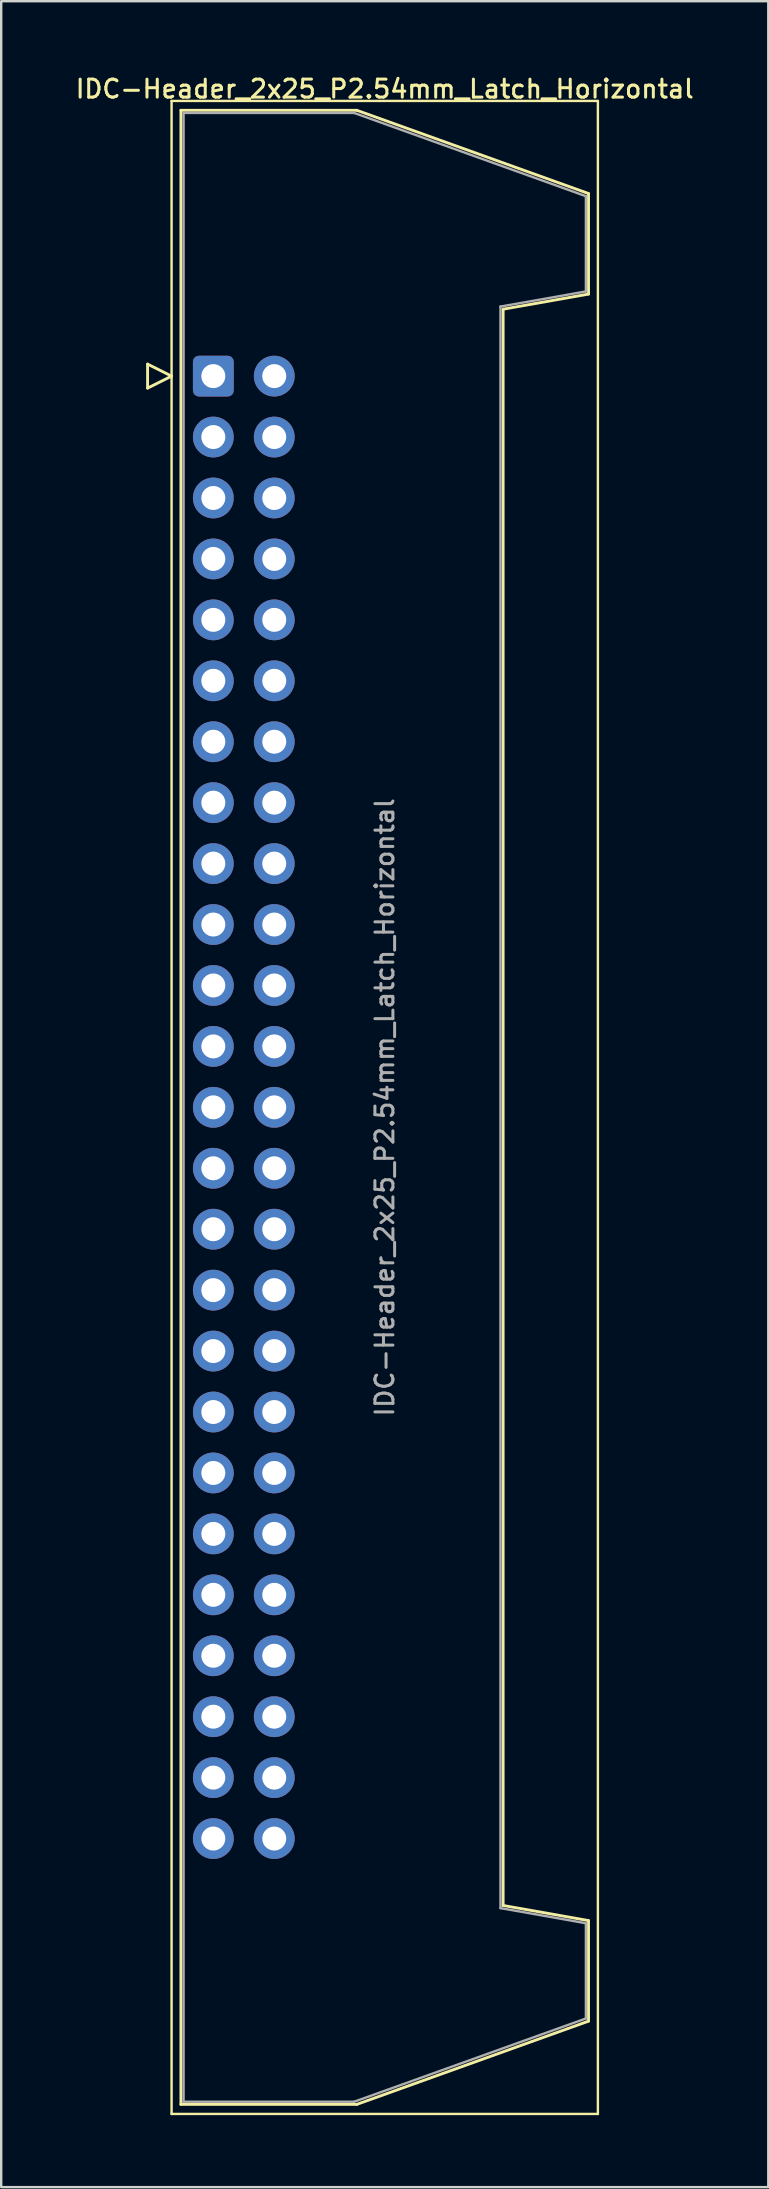
<source format=kicad_pcb>
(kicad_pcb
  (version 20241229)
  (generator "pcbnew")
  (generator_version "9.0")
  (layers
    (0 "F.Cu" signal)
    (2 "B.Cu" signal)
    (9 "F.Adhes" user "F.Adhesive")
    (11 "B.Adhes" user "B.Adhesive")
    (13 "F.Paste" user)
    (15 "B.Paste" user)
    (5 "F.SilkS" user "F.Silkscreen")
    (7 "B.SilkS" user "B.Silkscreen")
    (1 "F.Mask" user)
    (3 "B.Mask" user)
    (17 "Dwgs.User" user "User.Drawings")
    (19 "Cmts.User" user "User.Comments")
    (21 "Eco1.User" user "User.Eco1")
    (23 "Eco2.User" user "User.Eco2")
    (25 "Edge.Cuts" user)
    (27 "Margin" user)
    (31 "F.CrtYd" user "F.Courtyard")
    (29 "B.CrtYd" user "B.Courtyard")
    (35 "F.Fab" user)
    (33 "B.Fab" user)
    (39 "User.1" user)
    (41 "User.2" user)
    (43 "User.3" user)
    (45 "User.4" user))
  (footprint "IDC-Header_2x25_P2.54mm_Latch_Horizontal"
    (layer "F.Cu")
    (at 5.842 12.628)
    (property "Reference" "IDC-Header_2x25_P2.54mm_Latch_Horizontal" (at 7.145 -11.97 0) (layer "F.SilkS") (effects (font (size 0.75 0.75) (thickness 0.125))))
    (attr through_hole)
    (fp_line (start -2.74 -0.5) (end -2.74 0.5) (stroke (width 0.12) (type solid)) (layer "F.SilkS"))
    (fp_line (start -2.74 0.5) (end -1.74 0) (stroke (width 0.12) (type solid)) (layer "F.SilkS"))
    (fp_line (start -1.74 -11.47) (end -1.74 72.44) (stroke (width 0.1) (type solid)) (layer "F.SilkS"))
    (fp_line (start -1.74 0) (end -2.74 -0.5) (stroke (width 0.12) (type solid)) (layer "F.SilkS"))
    (fp_line (start -1.74 72.44) (end 16.03 72.44) (stroke (width 0.1) (type solid)) (layer "F.SilkS"))
    (fp_line (start -1.35 -11.08) (end 5.98 -11.08) (stroke (width 0.12) (type solid)) (layer "F.SilkS"))
    (fp_line (start -1.35 72.04) (end -1.35 -11.08) (stroke (width 0.12) (type solid)) (layer "F.SilkS"))
    (fp_line (start 5.98 -11.08) (end 15.64 -7.61) (stroke (width 0.12) (type solid)) (layer "F.SilkS"))
    (fp_line (start 5.98 72.04) (end -1.35 72.04) (stroke (width 0.12) (type solid)) (layer "F.SilkS"))
    (fp_line (start 12.08 -2.79) (end 12.08 63.75) (stroke (width 0.12) (type solid)) (layer "F.SilkS"))
    (fp_line (start 12.08 63.75) (end 15.64 64.38) (stroke (width 0.12) (type solid)) (layer "F.SilkS"))
    (fp_line (start 15.64 -7.61) (end 15.64 -3.42) (stroke (width 0.12) (type solid)) (layer "F.SilkS"))
    (fp_line (start 15.64 -3.42) (end 12.08 -2.79) (stroke (width 0.12) (type solid)) (layer "F.SilkS"))
    (fp_line (start 15.64 64.38) (end 15.64 68.57) (stroke (width 0.12) (type solid)) (layer "F.SilkS"))
    (fp_line (start 15.64 68.57) (end 5.98 72.04) (stroke (width 0.12) (type solid)) (layer "F.SilkS"))
    (fp_line (start 16.03 -11.47) (end -1.74 -11.47) (stroke (width 0.1) (type solid)) (layer "F.SilkS"))
    (fp_line (start 16.03 72.44) (end 16.03 -11.47) (stroke (width 0.1) (type solid)) (layer "F.SilkS"))
    (fp_line (start -1.24 -10.97) (end 5.87 -10.97) (stroke (width 0.1) (type solid)) (layer "F.Fab"))
    (fp_line (start -1.24 71.93) (end -1.24 -10.97) (stroke (width 0.1) (type solid)) (layer "F.Fab"))
    (fp_line (start 5.87 -10.97) (end 15.53 -7.5) (stroke (width 0.1) (type solid)) (layer "F.Fab"))
    (fp_line (start 5.87 71.93) (end -1.24 71.93) (stroke (width 0.1) (type solid)) (layer "F.Fab"))
    (fp_line (start 11.97 -2.9) (end 11.97 63.86) (stroke (width 0.1) (type solid)) (layer "F.Fab"))
    (fp_line (start 11.97 63.86) (end 15.53 64.49) (stroke (width 0.1) (type solid)) (layer "F.Fab"))
    (fp_line (start 15.53 -7.5) (end 15.53 -3.53) (stroke (width 0.1) (type solid)) (layer "F.Fab"))
    (fp_line (start 15.53 -3.53) (end 11.97 -2.9) (stroke (width 0.1) (type solid)) (layer "F.Fab"))
    (fp_line (start 15.53 64.49) (end 15.53 68.46) (stroke (width 0.1) (type solid)) (layer "F.Fab"))
    (fp_line (start 15.53 68.46) (end 5.87 71.93) (stroke (width 0.1) (type solid)) (layer "F.Fab"))
    (fp_text user "${REFERENCE}" (at 7.145 30.48 90) (layer "F.Fab") (effects (font (size 0.75 0.75) (thickness 0.125))))
    (pad "1" thru_hole roundrect (at 0 0) (size 1.7 1.7) (drill 1) (layers "*.Cu" "*.Mask") (roundrect_rratio 0.147))
    (pad "2" thru_hole circle (at 2.54 0) (size 1.7 1.7) (drill 1) (layers "*.Cu" "*.Mask"))
    (pad "3" thru_hole circle (at 0 2.54) (size 1.7 1.7) (drill 1) (layers "*.Cu" "*.Mask"))
    (pad "4" thru_hole circle (at 2.54 2.54) (size 1.7 1.7) (drill 1) (layers "*.Cu" "*.Mask"))
    (pad "5" thru_hole circle (at 0 5.08) (size 1.7 1.7) (drill 1) (layers "*.Cu" "*.Mask"))
    (pad "6" thru_hole circle (at 2.54 5.08) (size 1.7 1.7) (drill 1) (layers "*.Cu" "*.Mask"))
    (pad "7" thru_hole circle (at 0 7.62) (size 1.7 1.7) (drill 1) (layers "*.Cu" "*.Mask"))
    (pad "8" thru_hole circle (at 2.54 7.62) (size 1.7 1.7) (drill 1) (layers "*.Cu" "*.Mask"))
    (pad "9" thru_hole circle (at 0 10.16) (size 1.7 1.7) (drill 1) (layers "*.Cu" "*.Mask"))
    (pad "10" thru_hole circle (at 2.54 10.16) (size 1.7 1.7) (drill 1) (layers "*.Cu" "*.Mask"))
    (pad "11" thru_hole circle (at 0 12.7) (size 1.7 1.7) (drill 1) (layers "*.Cu" "*.Mask"))
    (pad "12" thru_hole circle (at 2.54 12.7) (size 1.7 1.7) (drill 1) (layers "*.Cu" "*.Mask"))
    (pad "13" thru_hole circle (at 0 15.24) (size 1.7 1.7) (drill 1) (layers "*.Cu" "*.Mask"))
    (pad "14" thru_hole circle (at 2.54 15.24) (size 1.7 1.7) (drill 1) (layers "*.Cu" "*.Mask"))
    (pad "15" thru_hole circle (at 0 17.78) (size 1.7 1.7) (drill 1) (layers "*.Cu" "*.Mask"))
    (pad "16" thru_hole circle (at 2.54 17.78) (size 1.7 1.7) (drill 1) (layers "*.Cu" "*.Mask"))
    (pad "17" thru_hole circle (at 0 20.32) (size 1.7 1.7) (drill 1) (layers "*.Cu" "*.Mask"))
    (pad "18" thru_hole circle (at 2.54 20.32) (size 1.7 1.7) (drill 1) (layers "*.Cu" "*.Mask"))
    (pad "19" thru_hole circle (at 0 22.86) (size 1.7 1.7) (drill 1) (layers "*.Cu" "*.Mask"))
    (pad "20" thru_hole circle (at 2.54 22.86) (size 1.7 1.7) (drill 1) (layers "*.Cu" "*.Mask"))
    (pad "21" thru_hole circle (at 0 25.4) (size 1.7 1.7) (drill 1) (layers "*.Cu" "*.Mask"))
    (pad "22" thru_hole circle (at 2.54 25.4) (size 1.7 1.7) (drill 1) (layers "*.Cu" "*.Mask"))
    (pad "23" thru_hole circle (at 0 27.94) (size 1.7 1.7) (drill 1) (layers "*.Cu" "*.Mask"))
    (pad "24" thru_hole circle (at 2.54 27.94) (size 1.7 1.7) (drill 1) (layers "*.Cu" "*.Mask"))
    (pad "25" thru_hole circle (at 0 30.48) (size 1.7 1.7) (drill 1) (layers "*.Cu" "*.Mask"))
    (pad "26" thru_hole circle (at 2.54 30.48) (size 1.7 1.7) (drill 1) (layers "*.Cu" "*.Mask"))
    (pad "27" thru_hole circle (at 0 33.02) (size 1.7 1.7) (drill 1) (layers "*.Cu" "*.Mask"))
    (pad "28" thru_hole circle (at 2.54 33.02) (size 1.7 1.7) (drill 1) (layers "*.Cu" "*.Mask"))
    (pad "29" thru_hole circle (at 0 35.56) (size 1.7 1.7) (drill 1) (layers "*.Cu" "*.Mask"))
    (pad "30" thru_hole circle (at 2.54 35.56) (size 1.7 1.7) (drill 1) (layers "*.Cu" "*.Mask"))
    (pad "31" thru_hole circle (at 0 38.1) (size 1.7 1.7) (drill 1) (layers "*.Cu" "*.Mask"))
    (pad "32" thru_hole circle (at 2.54 38.1) (size 1.7 1.7) (drill 1) (layers "*.Cu" "*.Mask"))
    (pad "33" thru_hole circle (at 0 40.64) (size 1.7 1.7) (drill 1) (layers "*.Cu" "*.Mask"))
    (pad "34" thru_hole circle (at 2.54 40.64) (size 1.7 1.7) (drill 1) (layers "*.Cu" "*.Mask"))
    (pad "35" thru_hole circle (at 0 43.18) (size 1.7 1.7) (drill 1) (layers "*.Cu" "*.Mask"))
    (pad "36" thru_hole circle (at 2.54 43.18) (size 1.7 1.7) (drill 1) (layers "*.Cu" "*.Mask"))
    (pad "37" thru_hole circle (at 0 45.72) (size 1.7 1.7) (drill 1) (layers "*.Cu" "*.Mask"))
    (pad "38" thru_hole circle (at 2.54 45.72) (size 1.7 1.7) (drill 1) (layers "*.Cu" "*.Mask"))
    (pad "39" thru_hole circle (at 0 48.26) (size 1.7 1.7) (drill 1) (layers "*.Cu" "*.Mask"))
    (pad "40" thru_hole circle (at 2.54 48.26) (size 1.7 1.7) (drill 1) (layers "*.Cu" "*.Mask"))
    (pad "41" thru_hole circle (at 0 50.8) (size 1.7 1.7) (drill 1) (layers "*.Cu" "*.Mask"))
    (pad "42" thru_hole circle (at 2.54 50.8) (size 1.7 1.7) (drill 1) (layers "*.Cu" "*.Mask"))
    (pad "43" thru_hole circle (at 0 53.34) (size 1.7 1.7) (drill 1) (layers "*.Cu" "*.Mask"))
    (pad "44" thru_hole circle (at 2.54 53.34) (size 1.7 1.7) (drill 1) (layers "*.Cu" "*.Mask"))
    (pad "45" thru_hole circle (at 0 55.88) (size 1.7 1.7) (drill 1) (layers "*.Cu" "*.Mask"))
    (pad "46" thru_hole circle (at 2.54 55.88) (size 1.7 1.7) (drill 1) (layers "*.Cu" "*.Mask"))
    (pad "47" thru_hole circle (at 0 58.42) (size 1.7 1.7) (drill 1) (layers "*.Cu" "*.Mask"))
    (pad "48" thru_hole circle (at 2.54 58.42) (size 1.7 1.7) (drill 1) (layers "*.Cu" "*.Mask"))
    (pad "49" thru_hole circle (at 0 60.96) (size 1.7 1.7) (drill 1) (layers "*.Cu" "*.Mask"))
    (pad "50" thru_hole circle (at 2.54 60.96) (size 1.7 1.7) (drill 1) (layers "*.Cu" "*.Mask")))
  (gr_rect
    (start -3 -3)
    (end 28.975 88.118)
    (stroke (width 0.1) (type default))
    (fill no)
    (layer "Edge.Cuts")))
</source>
